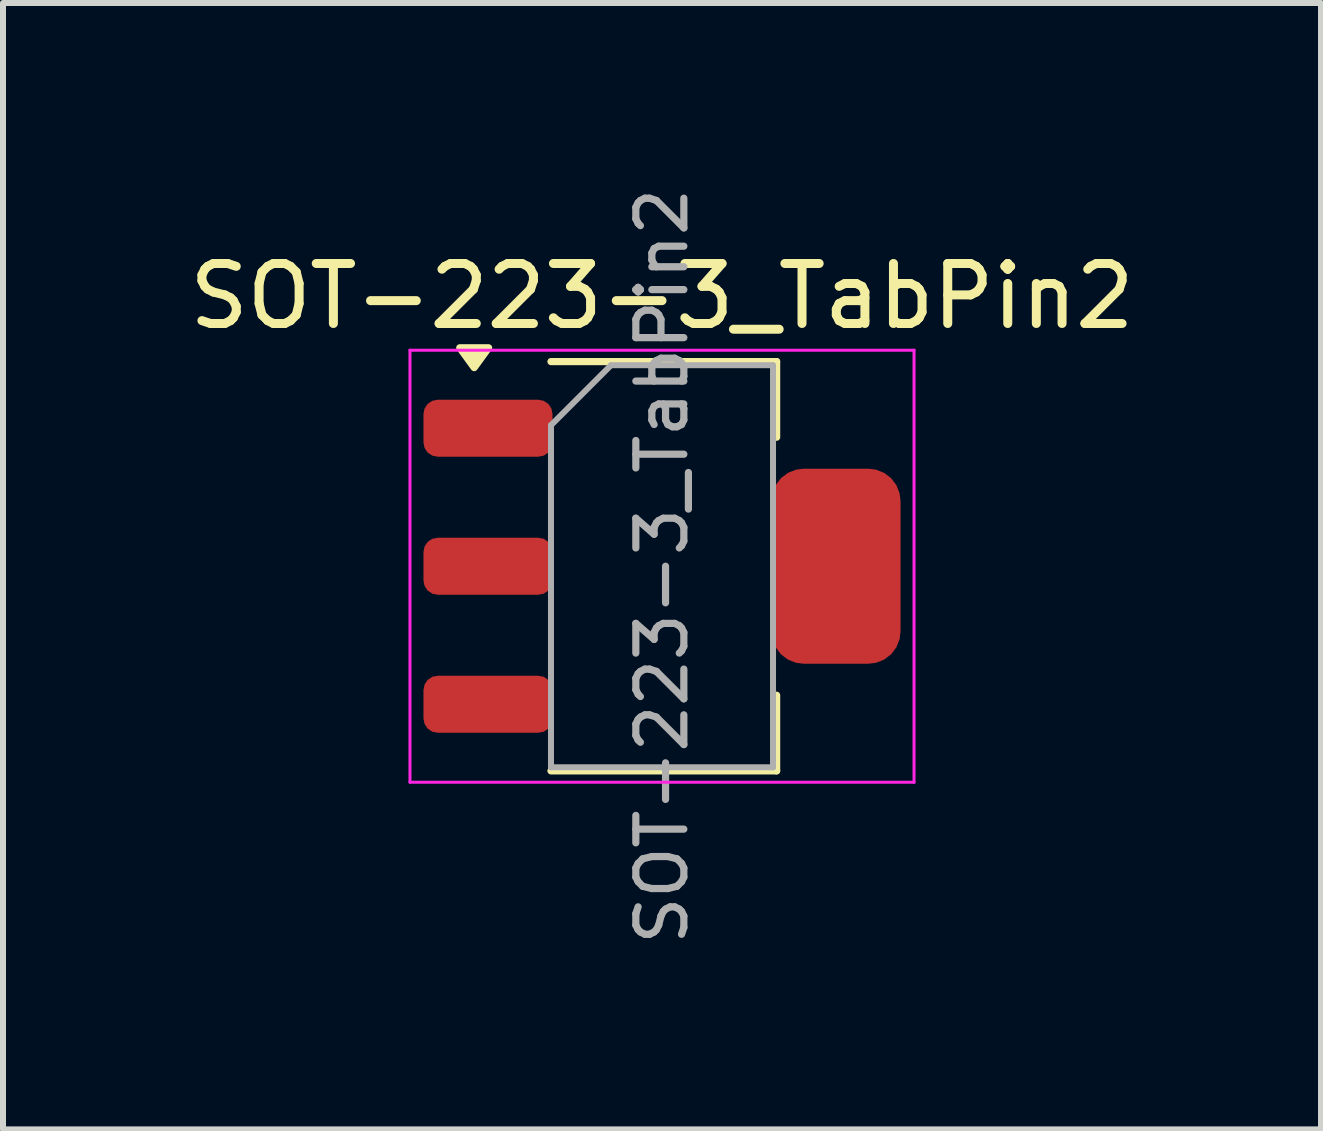
<source format=kicad_pcb>
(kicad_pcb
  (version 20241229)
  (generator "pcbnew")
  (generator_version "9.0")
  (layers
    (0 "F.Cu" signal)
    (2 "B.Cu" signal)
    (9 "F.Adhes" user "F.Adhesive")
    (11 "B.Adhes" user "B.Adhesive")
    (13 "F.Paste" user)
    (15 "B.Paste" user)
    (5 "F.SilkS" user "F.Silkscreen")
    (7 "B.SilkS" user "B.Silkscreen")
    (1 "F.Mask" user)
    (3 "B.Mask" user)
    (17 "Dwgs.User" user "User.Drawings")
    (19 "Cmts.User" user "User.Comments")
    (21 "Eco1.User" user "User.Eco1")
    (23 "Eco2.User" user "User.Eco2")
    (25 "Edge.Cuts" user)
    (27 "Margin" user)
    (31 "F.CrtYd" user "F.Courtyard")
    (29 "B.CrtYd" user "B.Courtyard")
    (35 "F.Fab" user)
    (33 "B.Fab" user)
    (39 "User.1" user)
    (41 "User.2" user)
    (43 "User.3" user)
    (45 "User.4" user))
  (footprint "SOT-223-3_TabPin2"
    (layer "F.Cu")
    (at 7.982 6.386)
    (property "Reference" "SOT-223-3_TabPin2" (at 0 -4.5 0) (layer "F.SilkS") (effects (font (size 1 1) (thickness 0.15))))
    (attr smd)
    (fp_line (start -1.85 -3.41) (end 1.91 -3.41) (stroke (width 0.12) (type solid)) (layer "F.SilkS"))
    (fp_line (start -1.85 3.41) (end 1.91 3.41) (stroke (width 0.12) (type solid)) (layer "F.SilkS"))
    (fp_line (start 1.91 -3.41) (end 1.91 -2.15) (stroke (width 0.12) (type solid)) (layer "F.SilkS"))
    (fp_line (start 1.91 3.41) (end 1.91 2.15) (stroke (width 0.12) (type solid)) (layer "F.SilkS"))
    (fp_poly (pts (xy -3.13 -3.31) (xy -3.37 -3.64) (xy -2.89 -3.64) (xy -3.13 -3.31)) (stroke (width 0.12) (type solid)) (fill yes) (layer "F.SilkS"))
    (fp_line (start -4.2 -3.6) (end -4.2 3.6) (stroke (width 0.05) (type solid)) (layer "F.CrtYd"))
    (fp_line (start -4.2 3.6) (end 4.2 3.6) (stroke (width 0.05) (type solid)) (layer "F.CrtYd"))
    (fp_line (start 4.2 -3.6) (end -4.2 -3.6) (stroke (width 0.05) (type solid)) (layer "F.CrtYd"))
    (fp_line (start 4.2 3.6) (end 4.2 -3.6) (stroke (width 0.05) (type solid)) (layer "F.CrtYd"))
    (fp_line (start -1.85 -2.35) (end -1.85 3.35) (stroke (width 0.1) (type solid)) (layer "F.Fab"))
    (fp_line (start -1.85 -2.35) (end -0.85 -3.35) (stroke (width 0.1) (type solid)) (layer "F.Fab"))
    (fp_line (start -1.85 3.35) (end 1.85 3.35) (stroke (width 0.1) (type solid)) (layer "F.Fab"))
    (fp_line (start -0.85 -3.35) (end 1.85 -3.35) (stroke (width 0.1) (type solid)) (layer "F.Fab"))
    (fp_line (start 1.85 -3.35) (end 1.85 3.35) (stroke (width 0.1) (type solid)) (layer "F.Fab"))
    (fp_text user "${REFERENCE}" (at 0 0 90) (layer "F.Fab") (effects (font (size 0.8 0.8) (thickness 0.12))))
    (pad "1" smd roundrect (at -2.9 -2.3) (size 2.15 0.95) (layers "F.Cu" "F.Mask" "F.Paste") (roundrect_rratio 0.25))
    (pad "2" smd roundrect (at -2.9 0) (size 2.15 0.95) (layers "F.Cu" "F.Mask" "F.Paste") (roundrect_rratio 0.25))
    (pad "2" smd roundrect (at 2.9 0) (size 2.15 3.25) (layers "F.Cu" "F.Mask" "F.Paste") (roundrect_rratio 0.25))
    (pad "3" smd roundrect (at -2.9 2.3) (size 2.15 0.95) (layers "F.Cu" "F.Mask" "F.Paste") (roundrect_rratio 0.25)))
  (gr_rect
    (start -3 -3)
    (end 18.964 15.771)
    (stroke (width 0.1) (type default))
    (fill no)
    (layer "Edge.Cuts")))
</source>
